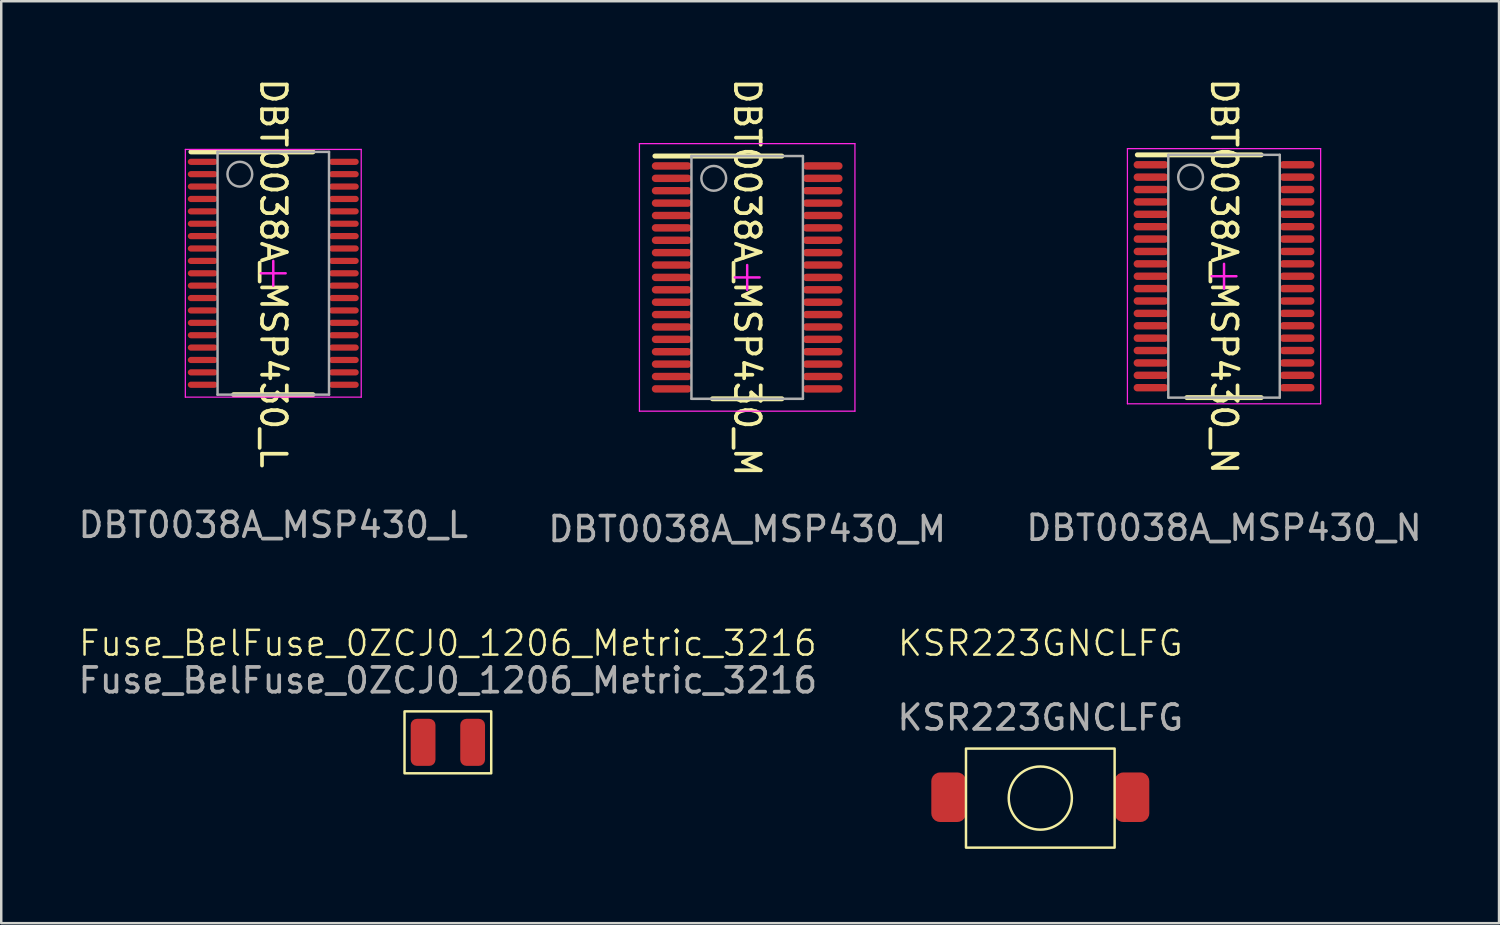
<source format=kicad_pcb>
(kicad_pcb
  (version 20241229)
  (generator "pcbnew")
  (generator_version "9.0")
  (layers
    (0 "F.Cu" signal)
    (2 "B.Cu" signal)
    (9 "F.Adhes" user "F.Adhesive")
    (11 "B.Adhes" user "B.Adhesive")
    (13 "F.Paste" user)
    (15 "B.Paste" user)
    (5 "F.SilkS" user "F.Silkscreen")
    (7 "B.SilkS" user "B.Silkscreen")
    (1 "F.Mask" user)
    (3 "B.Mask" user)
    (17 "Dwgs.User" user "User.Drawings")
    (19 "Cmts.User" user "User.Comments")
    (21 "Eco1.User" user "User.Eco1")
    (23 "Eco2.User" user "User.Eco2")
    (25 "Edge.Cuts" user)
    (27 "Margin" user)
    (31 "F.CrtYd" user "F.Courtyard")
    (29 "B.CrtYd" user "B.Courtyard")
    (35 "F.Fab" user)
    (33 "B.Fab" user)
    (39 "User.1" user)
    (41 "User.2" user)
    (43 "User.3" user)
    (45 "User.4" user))
  (footprint "KSR223GNCLFG"
    (layer "F.Cu")
    (at 38.946 23.418)
    (property "Reference" "KSR223GNCLFG" (at 0 -0.5 0) (unlocked yes) (layer "F.SilkS") (effects (font (size 1 1) (thickness 0.1))))
    (attr smd)
    (fp_rect (start -3 3.75) (end 3 7.75) (stroke (width 0.1) (type solid)) (fill no) (layer "F.SilkS"))
    (fp_circle (center 0 5.75) (end 1.25 5.5) (stroke (width 0.1) (type solid)) (fill no) (layer "F.SilkS"))
    (fp_text user "${REFERENCE}" (at 0 2.5 0) (unlocked yes) (layer "F.Fab") (effects (font (size 1 1) (thickness 0.15))))
    (pad "1" smd roundrect (at -3.7 5.715) (size 1.4 2) (layers "F.Cu" "F.Mask" "F.Paste") (roundrect_rratio 0.25))
    (pad "2" smd roundrect (at 3.7 5.715) (size 1.4 2) (layers "F.Cu" "F.Mask" "F.Paste") (roundrect_rratio 0.25)))
  (footprint "DBT0038A_MSP430_M"
    (layer "F.Cu")
    (at 27.113 8.149)
    (property "Reference" "DBT0038A_MSP430_M" (at 0 0 270) (unlocked yes) (layer "F.SilkS") (effects (font (size 1 1) (thickness 0.15))))
    (attr smd)
    (fp_line (start -3.725 -4.9) (end 1.4 -4.9) (stroke (width 0.2) (type solid)) (layer "F.SilkS"))
    (fp_line (start -1.4 4.9) (end 1.4 4.9) (stroke (width 0.2) (type solid)) (layer "F.SilkS"))
    (fp_line (start -4.35 -5.4) (end 4.35 -5.4) (stroke (width 0.05) (type solid)) (layer "F.CrtYd"))
    (fp_line (start -4.35 5.4) (end -4.35 -5.4) (stroke (width 0.05) (type solid)) (layer "F.CrtYd"))
    (fp_line (start -4.35 5.4) (end 4.35 5.4) (stroke (width 0.05) (type solid)) (layer "F.CrtYd"))
    (fp_line (start -0.5 0) (end 0.5 0) (stroke (width 0.1) (type solid)) (layer "F.CrtYd"))
    (fp_line (start -0.000003 0.5) (end -0.000003 -0.5) (stroke (width 0.1) (type solid)) (layer "F.CrtYd"))
    (fp_line (start 4.35 5.4) (end 4.35 -5.4) (stroke (width 0.05) (type solid)) (layer "F.CrtYd"))
    (fp_line (start -2.25 -4.9) (end 2.25 -4.9) (stroke (width 0.1) (type solid)) (layer "F.Fab"))
    (fp_line (start -2.25 4.9) (end -2.25 -4.9) (stroke (width 0.1) (type solid)) (layer "F.Fab"))
    (fp_line (start -2.25 4.9) (end 2.25 4.9) (stroke (width 0.1) (type solid)) (layer "F.Fab"))
    (fp_line (start 2.25 4.9) (end 2.25 -4.9) (stroke (width 0.1) (type solid)) (layer "F.Fab"))
    (fp_circle (center -1.35 -4) (end -0.85 -4) (stroke (width 0.1) (type solid)) (fill no) (layer "F.Fab"))
    (fp_text user "${REFERENCE}" (at 0 10.16 0) (unlocked yes) (layer "F.Fab") (effects (font (size 1 1) (thickness 0.15))))
    (pad "1" smd oval (at -3.05 -4.5 90) (size 0.3 1.6) (layers "F.Cu" "F.Mask" "F.Paste"))
    (pad "2" smd oval (at -3.05 -4 90) (size 0.3 1.6) (layers "F.Cu" "F.Mask" "F.Paste"))
    (pad "3" smd oval (at -3.05 -3.5 90) (size 0.3 1.6) (layers "F.Cu" "F.Mask" "F.Paste"))
    (pad "4" smd oval (at -3.05 -3 90) (size 0.3 1.6) (layers "F.Cu" "F.Mask" "F.Paste"))
    (pad "5" smd oval (at -3.05 -2.5 90) (size 0.3 1.6) (layers "F.Cu" "F.Mask" "F.Paste"))
    (pad "6" smd oval (at -3.05 -2 90) (size 0.3 1.6) (layers "F.Cu" "F.Mask" "F.Paste"))
    (pad "7" smd oval (at -3.05 -1.5 90) (size 0.3 1.6) (layers "F.Cu" "F.Mask" "F.Paste"))
    (pad "8" smd oval (at -3.05 -1 90) (size 0.3 1.6) (layers "F.Cu" "F.Mask" "F.Paste"))
    (pad "9" smd oval (at -3.05 -0.5 90) (size 0.3 1.6) (layers "F.Cu" "F.Mask" "F.Paste"))
    (pad "10" smd oval (at -3.05 0 90) (size 0.3 1.6) (layers "F.Cu" "F.Mask" "F.Paste"))
    (pad "11" smd oval (at -3.05 0.5 90) (size 0.3 1.6) (layers "F.Cu" "F.Mask" "F.Paste"))
    (pad "12" smd oval (at -3.05 1 90) (size 0.3 1.6) (layers "F.Cu" "F.Mask" "F.Paste"))
    (pad "13" smd oval (at -3.05 1.5 90) (size 0.3 1.6) (layers "F.Cu" "F.Mask" "F.Paste"))
    (pad "14" smd oval (at -3.05 2 90) (size 0.3 1.6) (layers "F.Cu" "F.Mask" "F.Paste"))
    (pad "15" smd oval (at -3.05 2.5 90) (size 0.3 1.6) (layers "F.Cu" "F.Mask" "F.Paste"))
    (pad "16" smd oval (at -3.05 3 90) (size 0.3 1.6) (layers "F.Cu" "F.Mask" "F.Paste"))
    (pad "17" smd oval (at -3.05 3.5 90) (size 0.3 1.6) (layers "F.Cu" "F.Mask" "F.Paste"))
    (pad "18" smd oval (at -3.05 4 90) (size 0.3 1.6) (layers "F.Cu" "F.Mask" "F.Paste"))
    (pad "19" smd oval (at -3.05 4.5 90) (size 0.3 1.6) (layers "F.Cu" "F.Mask" "F.Paste"))
    (pad "20" smd oval (at 3.05 4.5 90) (size 0.3 1.6) (layers "F.Cu" "F.Mask" "F.Paste"))
    (pad "21" smd oval (at 3.05 4 90) (size 0.3 1.6) (layers "F.Cu" "F.Mask" "F.Paste"))
    (pad "22" smd oval (at 3.05 3.5 90) (size 0.3 1.6) (layers "F.Cu" "F.Mask" "F.Paste"))
    (pad "23" smd oval (at 3.05 3 90) (size 0.3 1.6) (layers "F.Cu" "F.Mask" "F.Paste"))
    (pad "24" smd oval (at 3.05 2.5 90) (size 0.3 1.6) (layers "F.Cu" "F.Mask" "F.Paste"))
    (pad "25" smd oval (at 3.05 2 90) (size 0.3 1.6) (layers "F.Cu" "F.Mask" "F.Paste"))
    (pad "26" smd oval (at 3.05 1.5 90) (size 0.3 1.6) (layers "F.Cu" "F.Mask" "F.Paste"))
    (pad "27" smd oval (at 3.05 1 90) (size 0.3 1.6) (layers "F.Cu" "F.Mask" "F.Paste"))
    (pad "28" smd oval (at 3.05 0.5 90) (size 0.3 1.6) (layers "F.Cu" "F.Mask" "F.Paste"))
    (pad "29" smd oval (at 3.05 0 90) (size 0.3 1.6) (layers "F.Cu" "F.Mask" "F.Paste"))
    (pad "30" smd oval (at 3.05 -0.5 90) (size 0.3 1.6) (layers "F.Cu" "F.Mask" "F.Paste"))
    (pad "31" smd oval (at 3.05 -1 90) (size 0.3 1.6) (layers "F.Cu" "F.Mask" "F.Paste"))
    (pad "32" smd oval (at 3.05 -1.5 90) (size 0.3 1.6) (layers "F.Cu" "F.Mask" "F.Paste"))
    (pad "33" smd oval (at 3.05 -2 90) (size 0.3 1.6) (layers "F.Cu" "F.Mask" "F.Paste"))
    (pad "34" smd oval (at 3.05 -2.5 90) (size 0.3 1.6) (layers "F.Cu" "F.Mask" "F.Paste"))
    (pad "35" smd oval (at 3.05 -3 90) (size 0.3 1.6) (layers "F.Cu" "F.Mask" "F.Paste"))
    (pad "36" smd oval (at 3.05 -3.5 90) (size 0.3 1.6) (layers "F.Cu" "F.Mask" "F.Paste"))
    (pad "37" smd oval (at 3.05 -4 90) (size 0.3 1.6) (layers "F.Cu" "F.Mask" "F.Paste"))
    (pad "38" smd oval (at 3.05 -4.5 90) (size 0.3 1.6) (layers "F.Cu" "F.Mask" "F.Paste")))
  (footprint "Fuse_BelFuse_0ZCJ0_1206_Metric_3216"
    (layer "F.Cu")
    (at 15.03 26.918)
    (property "Reference" "Fuse_BelFuse_0ZCJ0_1206_Metric_3216" (at 0 -4 0) (unlocked yes) (layer "F.SilkS") (effects (font (size 1 1) (thickness 0.1))))
    (attr smd)
    (fp_rect (start -1.75 -1.25) (end 1.75 1.25) (stroke (width 0.1) (type default)) (fill no) (layer "F.SilkS"))
    (fp_text user "${REFERENCE}" (at 0 -2.5 0) (unlocked yes) (layer "F.Fab") (effects (font (size 1 1) (thickness 0.15))))
    (pad "1" smd roundrect (at -1 0) (size 1 1.9) (layers "F.Cu" "F.Mask" "F.Paste") (roundrect_rratio 0.25))
    (pad "2" smd roundrect (at 1 0) (size 1 1.9) (layers "*.Mask" "F.Cu" "F.Paste") (roundrect_rratio 0.25)))
  (footprint "DBT0038A_MSP430_N"
    (layer "F.Cu")
    (at 46.363 8.101)
    (property "Reference" "DBT0038A_MSP430_N" (at 0 0 270) (unlocked yes) (layer "F.SilkS") (effects (font (size 1 1) (thickness 0.15))))
    (attr smd)
    (fp_line (start -3.5 -4.9) (end 1.5 -4.9) (stroke (width 0.2) (type solid)) (layer "F.SilkS"))
    (fp_line (start -1.5 4.9) (end 1.5 4.9) (stroke (width 0.2) (type solid)) (layer "F.SilkS"))
    (fp_line (start -3.9 -5.15) (end 3.9 -5.15) (stroke (width 0.05) (type solid)) (layer "F.CrtYd"))
    (fp_line (start -3.9 5.15) (end -3.9 -5.15) (stroke (width 0.05) (type solid)) (layer "F.CrtYd"))
    (fp_line (start -3.9 5.15) (end 3.9 5.15) (stroke (width 0.05) (type solid)) (layer "F.CrtYd"))
    (fp_line (start -0.5 0) (end 0.5 0) (stroke (width 0.1) (type solid)) (layer "F.CrtYd"))
    (fp_line (start -0.000003 0.5) (end -0.000003 -0.5) (stroke (width 0.1) (type solid)) (layer "F.CrtYd"))
    (fp_line (start 3.9 5.15) (end 3.9 -5.15) (stroke (width 0.05) (type solid)) (layer "F.CrtYd"))
    (fp_line (start -2.25 -4.9) (end 2.25 -4.9) (stroke (width 0.1) (type solid)) (layer "F.Fab"))
    (fp_line (start -2.25 4.9) (end -2.25 -4.9) (stroke (width 0.1) (type solid)) (layer "F.Fab"))
    (fp_line (start -2.25 4.9) (end 2.25 4.9) (stroke (width 0.1) (type solid)) (layer "F.Fab"))
    (fp_line (start 2.25 4.9) (end 2.25 -4.9) (stroke (width 0.1) (type solid)) (layer "F.Fab"))
    (fp_circle (center -1.35 -4) (end -0.85 -4) (stroke (width 0.1) (type solid)) (fill no) (layer "F.Fab"))
    (fp_text user "${REFERENCE}" (at 0 10.16 0) (unlocked yes) (layer "F.Fab") (effects (font (size 1 1) (thickness 0.15))))
    (pad "1" smd oval (at -2.95 -4.5 90) (size 0.3 1.4) (layers "F.Cu" "F.Mask" "F.Paste"))
    (pad "2" smd oval (at -2.95 -4 90) (size 0.3 1.4) (layers "F.Cu" "F.Mask" "F.Paste"))
    (pad "3" smd oval (at -2.95 -3.5 90) (size 0.3 1.4) (layers "F.Cu" "F.Mask" "F.Paste"))
    (pad "4" smd oval (at -2.95 -3 90) (size 0.3 1.4) (layers "F.Cu" "F.Mask" "F.Paste"))
    (pad "5" smd oval (at -2.95 -2.5 90) (size 0.3 1.4) (layers "F.Cu" "F.Mask" "F.Paste"))
    (pad "6" smd oval (at -2.95 -2 90) (size 0.3 1.4) (layers "F.Cu" "F.Mask" "F.Paste"))
    (pad "7" smd oval (at -2.95 -1.5 90) (size 0.3 1.4) (layers "F.Cu" "F.Mask" "F.Paste"))
    (pad "8" smd oval (at -2.95 -1 90) (size 0.3 1.4) (layers "F.Cu" "F.Mask" "F.Paste"))
    (pad "9" smd oval (at -2.95 -0.5 90) (size 0.3 1.4) (layers "F.Cu" "F.Mask" "F.Paste"))
    (pad "10" smd oval (at -2.95 0 90) (size 0.3 1.4) (layers "F.Cu" "F.Mask" "F.Paste"))
    (pad "11" smd oval (at -2.95 0.5 90) (size 0.3 1.4) (layers "F.Cu" "F.Mask" "F.Paste"))
    (pad "12" smd oval (at -2.95 1 90) (size 0.3 1.4) (layers "F.Cu" "F.Mask" "F.Paste"))
    (pad "13" smd oval (at -2.95 1.5 90) (size 0.3 1.4) (layers "F.Cu" "F.Mask" "F.Paste"))
    (pad "14" smd oval (at -2.95 2 90) (size 0.3 1.4) (layers "F.Cu" "F.Mask" "F.Paste"))
    (pad "15" smd oval (at -2.95 2.5 90) (size 0.3 1.4) (layers "F.Cu" "F.Mask" "F.Paste"))
    (pad "16" smd oval (at -2.95 3 90) (size 0.3 1.4) (layers "F.Cu" "F.Mask" "F.Paste"))
    (pad "17" smd oval (at -2.95 3.5 90) (size 0.3 1.4) (layers "F.Cu" "F.Mask" "F.Paste"))
    (pad "18" smd oval (at -2.95 4 90) (size 0.3 1.4) (layers "F.Cu" "F.Mask" "F.Paste"))
    (pad "19" smd oval (at -2.95 4.5 90) (size 0.3 1.4) (layers "F.Cu" "F.Mask" "F.Paste"))
    (pad "20" smd oval (at 2.95 4.5 90) (size 0.3 1.4) (layers "F.Cu" "F.Mask" "F.Paste"))
    (pad "21" smd oval (at 2.95 4 90) (size 0.3 1.4) (layers "F.Cu" "F.Mask" "F.Paste"))
    (pad "22" smd oval (at 2.95 3.5 90) (size 0.3 1.4) (layers "F.Cu" "F.Mask" "F.Paste"))
    (pad "23" smd oval (at 2.95 3 90) (size 0.3 1.4) (layers "F.Cu" "F.Mask" "F.Paste"))
    (pad "24" smd oval (at 2.95 2.5 90) (size 0.3 1.4) (layers "F.Cu" "F.Mask" "F.Paste"))
    (pad "25" smd oval (at 2.95 2 90) (size 0.3 1.4) (layers "F.Cu" "F.Mask" "F.Paste"))
    (pad "26" smd oval (at 2.95 1.5 90) (size 0.3 1.4) (layers "F.Cu" "F.Mask" "F.Paste"))
    (pad "27" smd oval (at 2.95 1 90) (size 0.3 1.4) (layers "F.Cu" "F.Mask" "F.Paste"))
    (pad "28" smd oval (at 2.95 0.5 90) (size 0.3 1.4) (layers "F.Cu" "F.Mask" "F.Paste"))
    (pad "29" smd oval (at 2.95 0 90) (size 0.3 1.4) (layers "F.Cu" "F.Mask" "F.Paste"))
    (pad "30" smd oval (at 2.95 -0.5 90) (size 0.3 1.4) (layers "F.Cu" "F.Mask" "F.Paste"))
    (pad "31" smd oval (at 2.95 -1 90) (size 0.3 1.4) (layers "F.Cu" "F.Mask" "F.Paste"))
    (pad "32" smd oval (at 2.95 -1.5 90) (size 0.3 1.4) (layers "F.Cu" "F.Mask" "F.Paste"))
    (pad "33" smd oval (at 2.95 -2 90) (size 0.3 1.4) (layers "F.Cu" "F.Mask" "F.Paste"))
    (pad "34" smd oval (at 2.95 -2.5 90) (size 0.3 1.4) (layers "F.Cu" "F.Mask" "F.Paste"))
    (pad "35" smd oval (at 2.95 -3 90) (size 0.3 1.4) (layers "F.Cu" "F.Mask" "F.Paste"))
    (pad "36" smd oval (at 2.95 -3.5 90) (size 0.3 1.4) (layers "F.Cu" "F.Mask" "F.Paste"))
    (pad "37" smd oval (at 2.95 -4 90) (size 0.3 1.4) (layers "F.Cu" "F.Mask" "F.Paste"))
    (pad "38" smd oval (at 2.95 -4.5 90) (size 0.3 1.4) (layers "F.Cu" "F.Mask" "F.Paste")))
  (footprint "DBT0038A_MSP430_L"
    (layer "F.Cu")
    (at 7.982 7.982)
    (property "Reference" "DBT0038A_MSP430_L" (at 0 0 270) (unlocked yes) (layer "F.SilkS") (effects (font (size 1 1) (thickness 0.15))))
    (attr smd)
    (fp_line (start -3.325 -4.9) (end 1.6 -4.9) (stroke (width 0.2) (type solid)) (layer "F.SilkS"))
    (fp_line (start -1.6 4.9) (end 1.6 4.9) (stroke (width 0.2) (type solid)) (layer "F.SilkS"))
    (fp_line (start -3.55 -5) (end 3.55 -5) (stroke (width 0.05) (type solid)) (layer "F.CrtYd"))
    (fp_line (start -3.55 5) (end -3.55 -5) (stroke (width 0.05) (type solid)) (layer "F.CrtYd"))
    (fp_line (start -3.55 5) (end 3.55 5) (stroke (width 0.05) (type solid)) (layer "F.CrtYd"))
    (fp_line (start -0.5 0) (end 0.5 0) (stroke (width 0.1) (type solid)) (layer "F.CrtYd"))
    (fp_line (start -0.000003 0.5) (end -0.000003 -0.5) (stroke (width 0.1) (type solid)) (layer "F.CrtYd"))
    (fp_line (start 3.55 5) (end 3.55 -5) (stroke (width 0.05) (type solid)) (layer "F.CrtYd"))
    (fp_line (start -2.25 -4.9) (end 2.25 -4.9) (stroke (width 0.1) (type solid)) (layer "F.Fab"))
    (fp_line (start -2.25 4.9) (end -2.25 -4.9) (stroke (width 0.1) (type solid)) (layer "F.Fab"))
    (fp_line (start -2.25 4.9) (end 2.25 4.9) (stroke (width 0.1) (type solid)) (layer "F.Fab"))
    (fp_line (start 2.25 4.9) (end 2.25 -4.9) (stroke (width 0.1) (type solid)) (layer "F.Fab"))
    (fp_circle (center -1.35 -4) (end -0.85 -4) (stroke (width 0.1) (type solid)) (fill no) (layer "F.Fab"))
    (fp_text user "${REFERENCE}" (at 0 10.16 0) (unlocked yes) (layer "F.Fab") (effects (font (size 1 1) (thickness 0.15))))
    (pad "1" smd oval (at -2.85 -4.5 90) (size 0.25 1.2) (layers "F.Cu" "F.Mask" "F.Paste"))
    (pad "2" smd oval (at -2.85 -4 90) (size 0.25 1.2) (layers "F.Cu" "F.Mask" "F.Paste"))
    (pad "3" smd oval (at -2.85 -3.5 90) (size 0.25 1.2) (layers "F.Cu" "F.Mask" "F.Paste"))
    (pad "4" smd oval (at -2.85 -3 90) (size 0.25 1.2) (layers "F.Cu" "F.Mask" "F.Paste"))
    (pad "5" smd oval (at -2.85 -2.5 90) (size 0.25 1.2) (layers "F.Cu" "F.Mask" "F.Paste"))
    (pad "6" smd oval (at -2.85 -2 90) (size 0.25 1.2) (layers "F.Cu" "F.Mask" "F.Paste"))
    (pad "7" smd oval (at -2.85 -1.5 90) (size 0.25 1.2) (layers "F.Cu" "F.Mask" "F.Paste"))
    (pad "8" smd oval (at -2.85 -1 90) (size 0.25 1.2) (layers "F.Cu" "F.Mask" "F.Paste"))
    (pad "9" smd oval (at -2.85 -0.5 90) (size 0.25 1.2) (layers "F.Cu" "F.Mask" "F.Paste"))
    (pad "10" smd oval (at -2.85 0 90) (size 0.25 1.2) (layers "F.Cu" "F.Mask" "F.Paste"))
    (pad "11" smd oval (at -2.85 0.5 90) (size 0.25 1.2) (layers "F.Cu" "F.Mask" "F.Paste"))
    (pad "12" smd oval (at -2.85 1 90) (size 0.25 1.2) (layers "F.Cu" "F.Mask" "F.Paste"))
    (pad "13" smd oval (at -2.85 1.5 90) (size 0.25 1.2) (layers "F.Cu" "F.Mask" "F.Paste"))
    (pad "14" smd oval (at -2.85 2 90) (size 0.25 1.2) (layers "F.Cu" "F.Mask" "F.Paste"))
    (pad "15" smd oval (at -2.85 2.5 90) (size 0.25 1.2) (layers "F.Cu" "F.Mask" "F.Paste"))
    (pad "16" smd oval (at -2.85 3 90) (size 0.25 1.2) (layers "F.Cu" "F.Mask" "F.Paste"))
    (pad "17" smd oval (at -2.85 3.5 90) (size 0.25 1.2) (layers "F.Cu" "F.Mask" "F.Paste"))
    (pad "18" smd oval (at -2.85 4 90) (size 0.25 1.2) (layers "F.Cu" "F.Mask" "F.Paste"))
    (pad "19" smd oval (at -2.85 4.5 90) (size 0.25 1.2) (layers "F.Cu" "F.Mask" "F.Paste"))
    (pad "20" smd oval (at 2.85 4.5 90) (size 0.25 1.2) (layers "F.Cu" "F.Mask" "F.Paste"))
    (pad "21" smd oval (at 2.85 4 90) (size 0.25 1.2) (layers "F.Cu" "F.Mask" "F.Paste"))
    (pad "22" smd oval (at 2.85 3.5 90) (size 0.25 1.2) (layers "F.Cu" "F.Mask" "F.Paste"))
    (pad "23" smd oval (at 2.85 3 90) (size 0.25 1.2) (layers "F.Cu" "F.Mask" "F.Paste"))
    (pad "24" smd oval (at 2.85 2.5 90) (size 0.25 1.2) (layers "F.Cu" "F.Mask" "F.Paste"))
    (pad "25" smd oval (at 2.85 2 90) (size 0.25 1.2) (layers "F.Cu" "F.Mask" "F.Paste"))
    (pad "26" smd oval (at 2.85 1.5 90) (size 0.25 1.2) (layers "F.Cu" "F.Mask" "F.Paste"))
    (pad "27" smd oval (at 2.85 1 90) (size 0.25 1.2) (layers "F.Cu" "F.Mask" "F.Paste"))
    (pad "28" smd oval (at 2.85 0.5 90) (size 0.25 1.2) (layers "F.Cu" "F.Mask" "F.Paste"))
    (pad "29" smd oval (at 2.85 0 90) (size 0.25 1.2) (layers "F.Cu" "F.Mask" "F.Paste"))
    (pad "30" smd oval (at 2.85 -0.5 90) (size 0.25 1.2) (layers "F.Cu" "F.Mask" "F.Paste"))
    (pad "31" smd oval (at 2.85 -1 90) (size 0.25 1.2) (layers "F.Cu" "F.Mask" "F.Paste"))
    (pad "32" smd oval (at 2.85 -1.5 90) (size 0.25 1.2) (layers "F.Cu" "F.Mask" "F.Paste"))
    (pad "33" smd oval (at 2.85 -2 90) (size 0.25 1.2) (layers "F.Cu" "F.Mask" "F.Paste"))
    (pad "34" smd oval (at 2.85 -2.5 90) (size 0.25 1.2) (layers "F.Cu" "F.Mask" "F.Paste"))
    (pad "35" smd oval (at 2.85 -3 90) (size 0.25 1.2) (layers "F.Cu" "F.Mask" "F.Paste"))
    (pad "36" smd oval (at 2.85 -3.5 90) (size 0.25 1.2) (layers "F.Cu" "F.Mask" "F.Paste"))
    (pad "37" smd oval (at 2.85 -4 90) (size 0.25 1.2) (layers "F.Cu" "F.Mask" "F.Paste"))
    (pad "38" smd oval (at 2.85 -4.5 90) (size 0.25 1.2) (layers "F.Cu" "F.Mask" "F.Paste")))
  (gr_rect
    (start -3 -3)
    (end 57.464 34.218)
    (stroke (width 0.1) (type default))
    (fill no)
    (layer "Edge.Cuts")))
</source>
